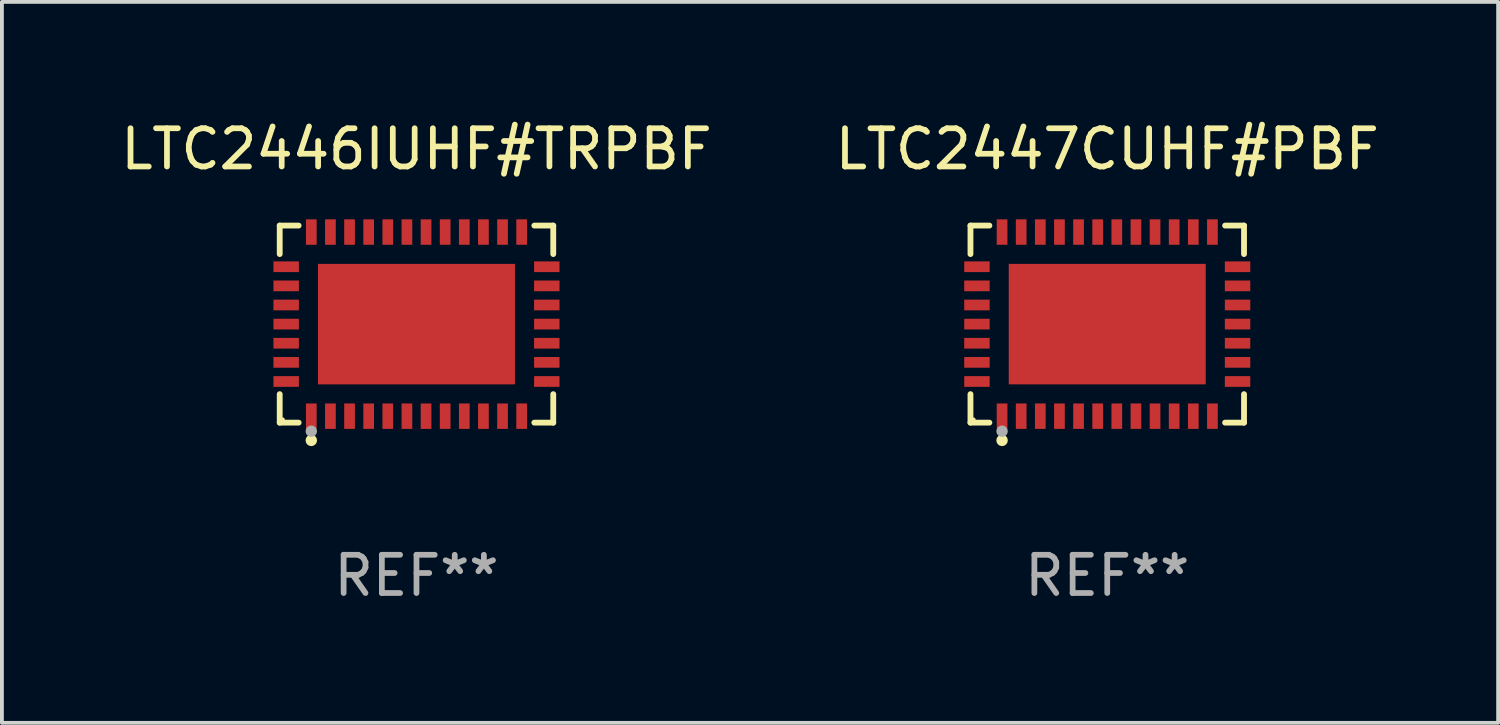
<source format=kicad_pcb>
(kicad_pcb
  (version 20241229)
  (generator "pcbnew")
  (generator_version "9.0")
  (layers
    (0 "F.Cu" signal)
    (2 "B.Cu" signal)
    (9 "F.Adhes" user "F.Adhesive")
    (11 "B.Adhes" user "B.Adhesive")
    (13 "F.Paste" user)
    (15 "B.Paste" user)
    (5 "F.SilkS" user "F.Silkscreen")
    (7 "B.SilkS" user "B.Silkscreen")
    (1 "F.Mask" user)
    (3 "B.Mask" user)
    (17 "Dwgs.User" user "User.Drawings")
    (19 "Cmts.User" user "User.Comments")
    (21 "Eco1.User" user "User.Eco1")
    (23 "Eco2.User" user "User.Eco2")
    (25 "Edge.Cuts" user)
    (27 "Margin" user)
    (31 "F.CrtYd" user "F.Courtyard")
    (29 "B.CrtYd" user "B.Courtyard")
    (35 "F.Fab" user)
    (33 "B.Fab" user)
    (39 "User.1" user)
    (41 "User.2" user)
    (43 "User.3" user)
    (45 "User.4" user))
  (footprint "LTC2446IUHF#TRPBF"
    (layer "F.Cu")
    (at 7.839 5.424)
    (property "Reference" "LTC2446IUHF#TRPBF" (at 0 -4.576 0) (layer "F.SilkS") (effects (font (size 1 1) (thickness 0.15))))
    (attr through_hole)
    (fp_line (start -3.576 -2.576) (end -3.081 -2.576) (stroke (width 0.152) (type solid)) (layer "F.SilkS"))
    (fp_line (start -3.576 -1.831) (end -3.576 -2.576) (stroke (width 0.152) (type solid)) (layer "F.SilkS"))
    (fp_line (start -3.576 1.831) (end -3.576 2.576) (stroke (width 0.152) (type solid)) (layer "F.SilkS"))
    (fp_line (start -3.576 2.576) (end -3.081 2.576) (stroke (width 0.152) (type solid)) (layer "F.SilkS"))
    (fp_line (start 3.576 -2.576) (end 3.081 -2.576) (stroke (width 0.152) (type solid)) (layer "F.SilkS"))
    (fp_line (start 3.576 -1.831) (end 3.576 -2.576) (stroke (width 0.152) (type solid)) (layer "F.SilkS"))
    (fp_line (start 3.576 1.831) (end 3.576 2.576) (stroke (width 0.152) (type solid)) (layer "F.SilkS"))
    (fp_line (start 3.576 2.576) (end 3.081 2.576) (stroke (width 0.152) (type solid)) (layer "F.SilkS"))
    (fp_circle (center -3.5 2.5) (end -3.47 2.5) (stroke (width 0.06) (type solid)) (fill no) (layer "F.SilkS"))
    (fp_circle (center -2.75 3.04) (end -2.675 3.04) (stroke (width 0.15) (type solid)) (fill no) (layer "F.SilkS"))
    (fp_circle (center -2.75 2.8) (end -2.675 2.8) (stroke (width 0.15) (type solid)) (fill no) (layer "F.Fab"))
    (fp_text user "REF**" (at 0 6.576 0) (layer "F.Fab") (effects (font (size 1 1) (thickness 0.15))))
    (pad "1" smd rect (at -2.75 2.407) (size 0.28 0.665) (layers "F.Cu" "F.Mask" "F.Paste"))
    (pad "2" smd rect (at -2.25 2.407) (size 0.28 0.665) (layers "F.Cu" "F.Mask" "F.Paste"))
    (pad "3" smd rect (at -1.75 2.407) (size 0.28 0.665) (layers "F.Cu" "F.Mask" "F.Paste"))
    (pad "4" smd rect (at -1.25 2.407) (size 0.28 0.665) (layers "F.Cu" "F.Mask" "F.Paste"))
    (pad "5" smd rect (at -0.75 2.407) (size 0.28 0.665) (layers "F.Cu" "F.Mask" "F.Paste"))
    (pad "6" smd rect (at -0.25 2.407) (size 0.28 0.665) (layers "F.Cu" "F.Mask" "F.Paste"))
    (pad "7" smd rect (at 0.25 2.407) (size 0.28 0.665) (layers "F.Cu" "F.Mask" "F.Paste"))
    (pad "8" smd rect (at 0.75 2.407) (size 0.28 0.665) (layers "F.Cu" "F.Mask" "F.Paste"))
    (pad "9" smd rect (at 1.25 2.407) (size 0.28 0.665) (layers "F.Cu" "F.Mask" "F.Paste"))
    (pad "10" smd rect (at 1.75 2.407) (size 0.28 0.665) (layers "F.Cu" "F.Mask" "F.Paste"))
    (pad "11" smd rect (at 2.25 2.407) (size 0.28 0.665) (layers "F.Cu" "F.Mask" "F.Paste"))
    (pad "12" smd rect (at 2.75 2.407) (size 0.28 0.665) (layers "F.Cu" "F.Mask" "F.Paste"))
    (pad "13" smd rect (at 3.407 1.5) (size 0.665 0.28) (layers "F.Cu" "F.Mask" "F.Paste"))
    (pad "14" smd rect (at 3.407 1) (size 0.665 0.28) (layers "F.Cu" "F.Mask" "F.Paste"))
    (pad "15" smd rect (at 3.407 0.5) (size 0.665 0.28) (layers "F.Cu" "F.Mask" "F.Paste"))
    (pad "16" smd rect (at 3.407 0) (size 0.665 0.28) (layers "F.Cu" "F.Mask" "F.Paste"))
    (pad "17" smd rect (at 3.407 -0.5) (size 0.665 0.28) (layers "F.Cu" "F.Mask" "F.Paste"))
    (pad "18" smd rect (at 3.407 -1) (size 0.665 0.28) (layers "F.Cu" "F.Mask" "F.Paste"))
    (pad "19" smd rect (at 3.407 -1.5) (size 0.665 0.28) (layers "F.Cu" "F.Mask" "F.Paste"))
    (pad "20" smd rect (at 2.75 -2.407) (size 0.28 0.665) (layers "F.Cu" "F.Mask" "F.Paste"))
    (pad "21" smd rect (at 2.25 -2.407) (size 0.28 0.665) (layers "F.Cu" "F.Mask" "F.Paste"))
    (pad "22" smd rect (at 1.75 -2.407) (size 0.28 0.665) (layers "F.Cu" "F.Mask" "F.Paste"))
    (pad "23" smd rect (at 1.25 -2.407) (size 0.28 0.665) (layers "F.Cu" "F.Mask" "F.Paste"))
    (pad "24" smd rect (at 0.75 -2.407) (size 0.28 0.665) (layers "F.Cu" "F.Mask" "F.Paste"))
    (pad "25" smd rect (at 0.25 -2.407) (size 0.28 0.665) (layers "F.Cu" "F.Mask" "F.Paste"))
    (pad "26" smd rect (at -0.25 -2.407) (size 0.28 0.665) (layers "F.Cu" "F.Mask" "F.Paste"))
    (pad "27" smd rect (at -0.75 -2.407) (size 0.28 0.665) (layers "F.Cu" "F.Mask" "F.Paste"))
    (pad "28" smd rect (at -1.25 -2.407) (size 0.28 0.665) (layers "F.Cu" "F.Mask" "F.Paste"))
    (pad "29" smd rect (at -1.75 -2.407) (size 0.28 0.665) (layers "F.Cu" "F.Mask" "F.Paste"))
    (pad "30" smd rect (at -2.25 -2.407) (size 0.28 0.665) (layers "F.Cu" "F.Mask" "F.Paste"))
    (pad "31" smd rect (at -2.75 -2.407) (size 0.28 0.665) (layers "F.Cu" "F.Mask" "F.Paste"))
    (pad "32" smd rect (at -3.407 -1.5) (size 0.665 0.28) (layers "F.Cu" "F.Mask" "F.Paste"))
    (pad "33" smd rect (at -3.407 -1) (size 0.665 0.28) (layers "F.Cu" "F.Mask" "F.Paste"))
    (pad "34" smd rect (at -3.407 -0.5) (size 0.665 0.28) (layers "F.Cu" "F.Mask" "F.Paste"))
    (pad "35" smd rect (at -3.407 0) (size 0.665 0.28) (layers "F.Cu" "F.Mask" "F.Paste"))
    (pad "36" smd rect (at -3.407 0.5) (size 0.665 0.28) (layers "F.Cu" "F.Mask" "F.Paste"))
    (pad "37" smd rect (at -3.407 1) (size 0.665 0.28) (layers "F.Cu" "F.Mask" "F.Paste"))
    (pad "38" smd rect (at -3.407 1.5) (size 0.665 0.28) (layers "F.Cu" "F.Mask" "F.Paste"))
    (pad "39" smd rect (at 0 0) (size 5.15 3.15) (layers "F.Cu" "F.Mask" "F.Paste")))
  (footprint "LTC2447CUHF#PBF"
    (layer "F.Cu")
    (at 25.899 5.424)
    (property "Reference" "LTC2447CUHF#PBF" (at 0 -4.576 0) (layer "F.SilkS") (effects (font (size 1 1) (thickness 0.15))))
    (attr through_hole)
    (fp_line (start -3.576 -2.576) (end -3.081 -2.576) (stroke (width 0.152) (type solid)) (layer "F.SilkS"))
    (fp_line (start -3.576 -1.831) (end -3.576 -2.576) (stroke (width 0.152) (type solid)) (layer "F.SilkS"))
    (fp_line (start -3.576 1.831) (end -3.576 2.576) (stroke (width 0.152) (type solid)) (layer "F.SilkS"))
    (fp_line (start -3.576 2.576) (end -3.081 2.576) (stroke (width 0.152) (type solid)) (layer "F.SilkS"))
    (fp_line (start 3.576 -2.576) (end 3.081 -2.576) (stroke (width 0.152) (type solid)) (layer "F.SilkS"))
    (fp_line (start 3.576 -1.831) (end 3.576 -2.576) (stroke (width 0.152) (type solid)) (layer "F.SilkS"))
    (fp_line (start 3.576 1.831) (end 3.576 2.576) (stroke (width 0.152) (type solid)) (layer "F.SilkS"))
    (fp_line (start 3.576 2.576) (end 3.081 2.576) (stroke (width 0.152) (type solid)) (layer "F.SilkS"))
    (fp_circle (center -3.5 2.5) (end -3.47 2.5) (stroke (width 0.06) (type solid)) (fill no) (layer "F.SilkS"))
    (fp_circle (center -2.75 3.04) (end -2.675 3.04) (stroke (width 0.15) (type solid)) (fill no) (layer "F.SilkS"))
    (fp_circle (center -2.75 2.8) (end -2.675 2.8) (stroke (width 0.15) (type solid)) (fill no) (layer "F.Fab"))
    (fp_text user "REF**" (at 0 6.576 0) (layer "F.Fab") (effects (font (size 1 1) (thickness 0.15))))
    (pad "1" smd rect (at -2.75 2.407) (size 0.28 0.665) (layers "F.Cu" "F.Mask" "F.Paste"))
    (pad "2" smd rect (at -2.25 2.407) (size 0.28 0.665) (layers "F.Cu" "F.Mask" "F.Paste"))
    (pad "3" smd rect (at -1.75 2.407) (size 0.28 0.665) (layers "F.Cu" "F.Mask" "F.Paste"))
    (pad "4" smd rect (at -1.25 2.407) (size 0.28 0.665) (layers "F.Cu" "F.Mask" "F.Paste"))
    (pad "5" smd rect (at -0.75 2.407) (size 0.28 0.665) (layers "F.Cu" "F.Mask" "F.Paste"))
    (pad "6" smd rect (at -0.25 2.407) (size 0.28 0.665) (layers "F.Cu" "F.Mask" "F.Paste"))
    (pad "7" smd rect (at 0.25 2.407) (size 0.28 0.665) (layers "F.Cu" "F.Mask" "F.Paste"))
    (pad "8" smd rect (at 0.75 2.407) (size 0.28 0.665) (layers "F.Cu" "F.Mask" "F.Paste"))
    (pad "9" smd rect (at 1.25 2.407) (size 0.28 0.665) (layers "F.Cu" "F.Mask" "F.Paste"))
    (pad "10" smd rect (at 1.75 2.407) (size 0.28 0.665) (layers "F.Cu" "F.Mask" "F.Paste"))
    (pad "11" smd rect (at 2.25 2.407) (size 0.28 0.665) (layers "F.Cu" "F.Mask" "F.Paste"))
    (pad "12" smd rect (at 2.75 2.407) (size 0.28 0.665) (layers "F.Cu" "F.Mask" "F.Paste"))
    (pad "13" smd rect (at 3.407 1.5) (size 0.665 0.28) (layers "F.Cu" "F.Mask" "F.Paste"))
    (pad "14" smd rect (at 3.407 1) (size 0.665 0.28) (layers "F.Cu" "F.Mask" "F.Paste"))
    (pad "15" smd rect (at 3.407 0.5) (size 0.665 0.28) (layers "F.Cu" "F.Mask" "F.Paste"))
    (pad "16" smd rect (at 3.407 0) (size 0.665 0.28) (layers "F.Cu" "F.Mask" "F.Paste"))
    (pad "17" smd rect (at 3.407 -0.5) (size 0.665 0.28) (layers "F.Cu" "F.Mask" "F.Paste"))
    (pad "18" smd rect (at 3.407 -1) (size 0.665 0.28) (layers "F.Cu" "F.Mask" "F.Paste"))
    (pad "19" smd rect (at 3.407 -1.5) (size 0.665 0.28) (layers "F.Cu" "F.Mask" "F.Paste"))
    (pad "20" smd rect (at 2.75 -2.407) (size 0.28 0.665) (layers "F.Cu" "F.Mask" "F.Paste"))
    (pad "21" smd rect (at 2.25 -2.407) (size 0.28 0.665) (layers "F.Cu" "F.Mask" "F.Paste"))
    (pad "22" smd rect (at 1.75 -2.407) (size 0.28 0.665) (layers "F.Cu" "F.Mask" "F.Paste"))
    (pad "23" smd rect (at 1.25 -2.407) (size 0.28 0.665) (layers "F.Cu" "F.Mask" "F.Paste"))
    (pad "24" smd rect (at 0.75 -2.407) (size 0.28 0.665) (layers "F.Cu" "F.Mask" "F.Paste"))
    (pad "25" smd rect (at 0.25 -2.407) (size 0.28 0.665) (layers "F.Cu" "F.Mask" "F.Paste"))
    (pad "26" smd rect (at -0.25 -2.407) (size 0.28 0.665) (layers "F.Cu" "F.Mask" "F.Paste"))
    (pad "27" smd rect (at -0.75 -2.407) (size 0.28 0.665) (layers "F.Cu" "F.Mask" "F.Paste"))
    (pad "28" smd rect (at -1.25 -2.407) (size 0.28 0.665) (layers "F.Cu" "F.Mask" "F.Paste"))
    (pad "29" smd rect (at -1.75 -2.407) (size 0.28 0.665) (layers "F.Cu" "F.Mask" "F.Paste"))
    (pad "30" smd rect (at -2.25 -2.407) (size 0.28 0.665) (layers "F.Cu" "F.Mask" "F.Paste"))
    (pad "31" smd rect (at -2.75 -2.407) (size 0.28 0.665) (layers "F.Cu" "F.Mask" "F.Paste"))
    (pad "32" smd rect (at -3.407 -1.5) (size 0.665 0.28) (layers "F.Cu" "F.Mask" "F.Paste"))
    (pad "33" smd rect (at -3.407 -1) (size 0.665 0.28) (layers "F.Cu" "F.Mask" "F.Paste"))
    (pad "34" smd rect (at -3.407 -0.5) (size 0.665 0.28) (layers "F.Cu" "F.Mask" "F.Paste"))
    (pad "35" smd rect (at -3.407 0) (size 0.665 0.28) (layers "F.Cu" "F.Mask" "F.Paste"))
    (pad "36" smd rect (at -3.407 0.5) (size 0.665 0.28) (layers "F.Cu" "F.Mask" "F.Paste"))
    (pad "37" smd rect (at -3.407 1) (size 0.665 0.28) (layers "F.Cu" "F.Mask" "F.Paste"))
    (pad "38" smd rect (at -3.407 1.5) (size 0.665 0.28) (layers "F.Cu" "F.Mask" "F.Paste"))
    (pad "39" smd rect (at 0 0) (size 5.15 3.15) (layers "F.Cu" "F.Mask" "F.Paste")))
  (gr_rect
    (start -3 -3)
    (end 36.119 15.849)
    (stroke (width 0.1) (type default))
    (fill no)
    (layer "Edge.Cuts")))
</source>
